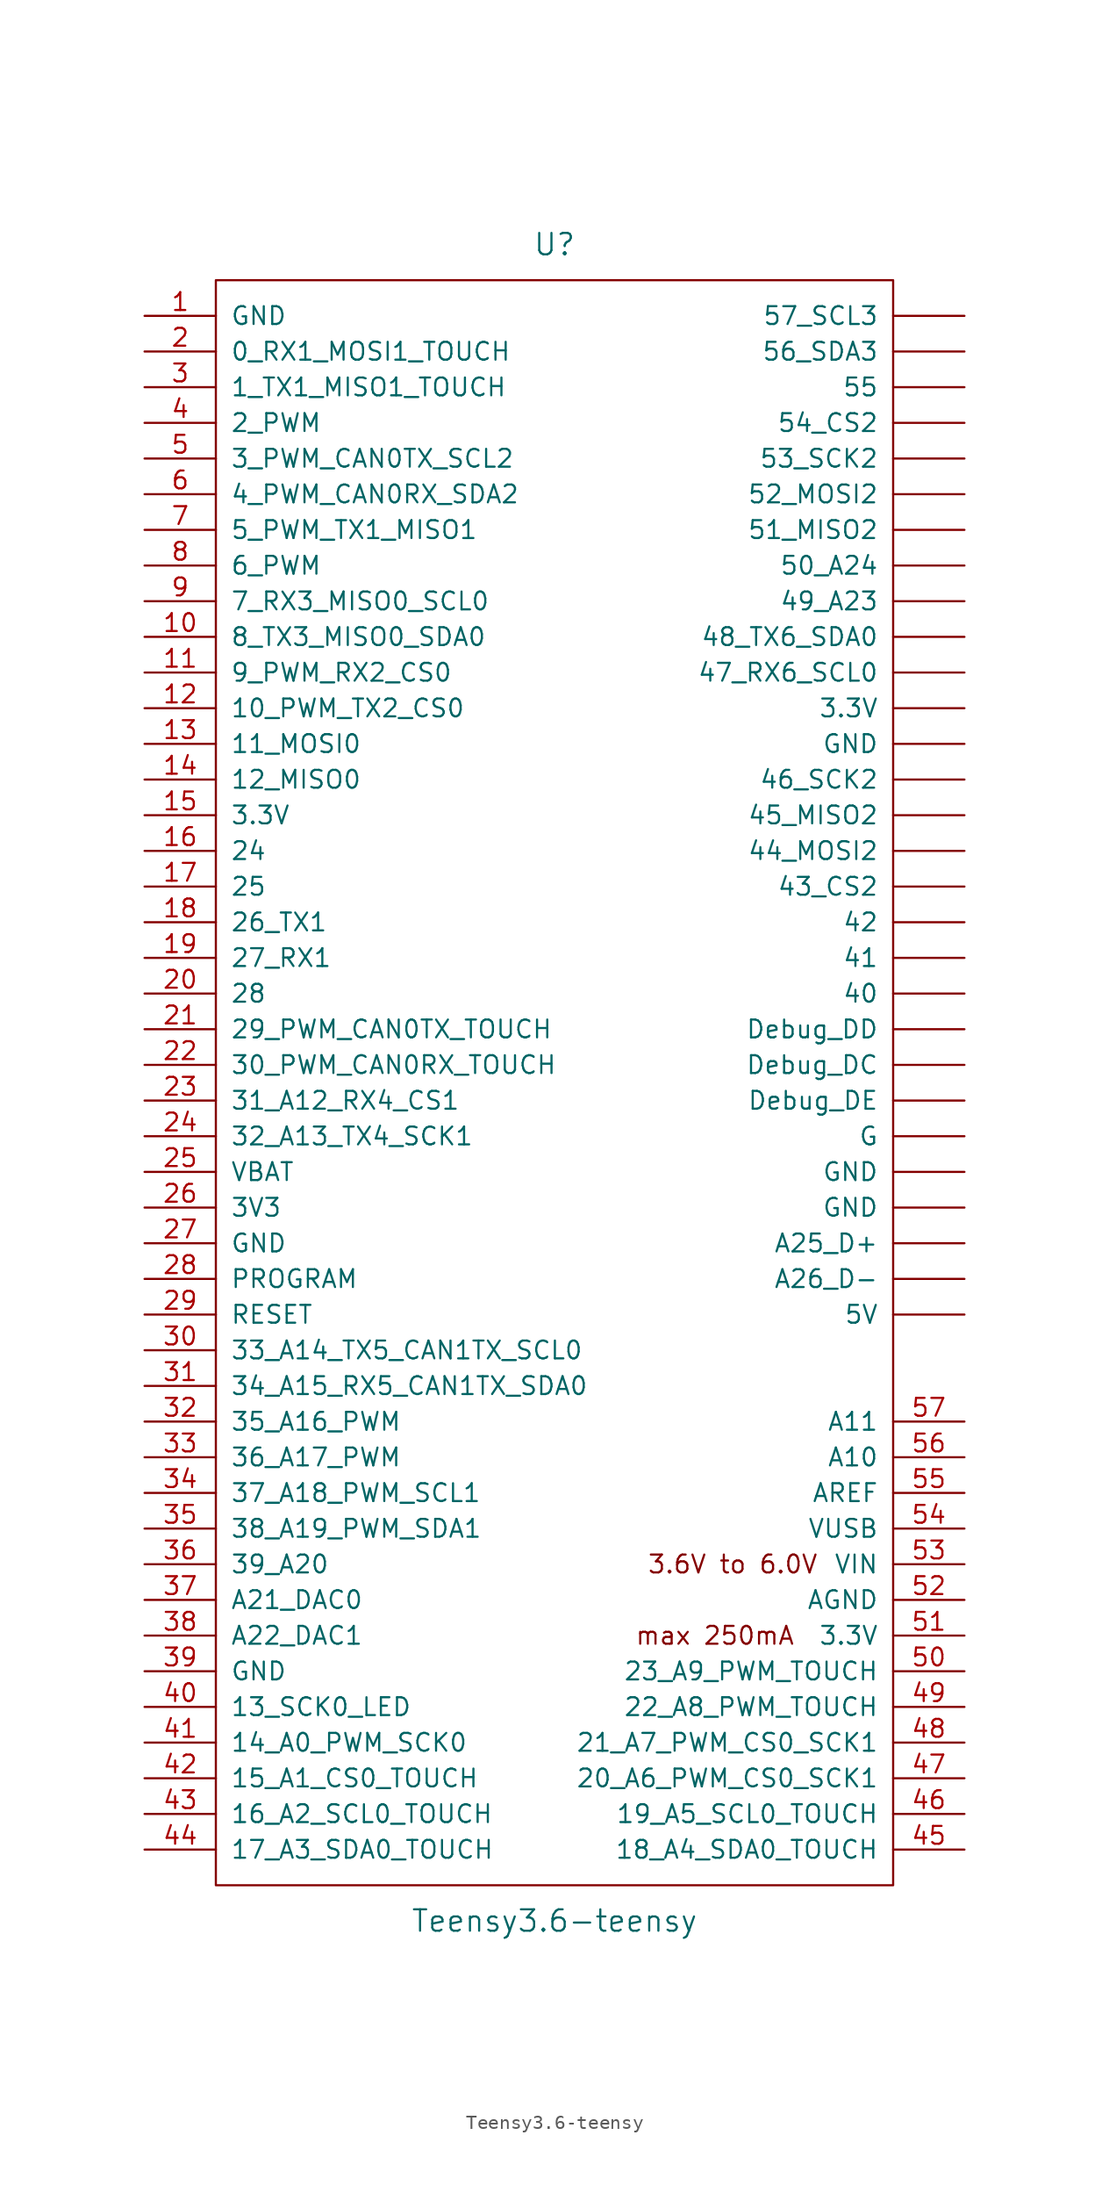
<source format=kicad_sym>
(kicad_symbol_lib
  (version 20211014)
  (generator kicad_symbol_editor)
  (symbol "Teensy3.6-teensy"
    (pin_names
      (offset 1.016))
    (property "Reference" "U"
      (at 0 59.69 0)
      (effects (font (size 1.524 1.524))))
    (property "Value" "Teensy3.6-teensy"
      (at 0 -59.69 0)
      (effects (font (size 1.524 1.524))))
    (property "Footprint" ""
      (at 0 1.27 0)
      (effects (font (size 1.524 1.524))))
    (property "Datasheet" ""
      (at 0 1.27 0)
      (effects (font (size 1.524 1.524))))
    (symbol "Teensy3.6-teensy_0_0"
      (rectangle (start -24.13 57.15) (end 24.13 -57.15) (stroke (width 0) (type default) (color 0 0 0 0)) (fill (type none)))
      (text "3.6V to 6.0V" (at 12.7 -34.29 0) (effects (font (size 1.27 1.27))))
      (text "max 250mA" (at 11.43 -39.37 0) (effects (font (size 1.27 1.27)))))
    (symbol "Teensy3.6-teensy_1_1"
      (pin power_in line (at -29.21 54.61 0) (length 5.08) (name "GND" (effects (font (size 1.27 1.27)))) (number "1" (effects (font (size 1.27 1.27)))))
      (pin bidirectional line (at -29.21 31.75 0) (length 5.08) (name "8_TX3_MISO0_SDA0" (effects (font (size 1.27 1.27)))) (number "10" (effects (font (size 1.27 1.27)))))
      (pin bidirectional line (at -29.21 29.21 0) (length 5.08) (name "9_PWM_RX2_CS0" (effects (font (size 1.27 1.27)))) (number "11" (effects (font (size 1.27 1.27)))))
      (pin bidirectional line (at -29.21 26.67 0) (length 5.08) (name "10_PWM_TX2_CS0" (effects (font (size 1.27 1.27)))) (number "12" (effects (font (size 1.27 1.27)))))
      (pin bidirectional line (at -29.21 24.13 0) (length 5.08) (name "11_MOSI0" (effects (font (size 1.27 1.27)))) (number "13" (effects (font (size 1.27 1.27)))))
      (pin bidirectional line (at -29.21 21.59 0) (length 5.08) (name "12_MISO0" (effects (font (size 1.27 1.27)))) (number "14" (effects (font (size 1.27 1.27)))))
      (pin power_in line (at -29.21 19.05 0) (length 5.08) (name "3.3V" (effects (font (size 1.27 1.27)))) (number "15" (effects (font (size 1.27 1.27)))))
      (pin bidirectional line (at -29.21 16.51 0) (length 5.08) (name "24" (effects (font (size 1.27 1.27)))) (number "16" (effects (font (size 1.27 1.27)))))
      (pin bidirectional line (at -29.21 13.97 0) (length 5.08) (name "25" (effects (font (size 1.27 1.27)))) (number "17" (effects (font (size 1.27 1.27)))))
      (pin bidirectional line (at -29.21 11.43 0) (length 5.08) (name "26_TX1" (effects (font (size 1.27 1.27)))) (number "18" (effects (font (size 1.27 1.27)))))
      (pin bidirectional line (at -29.21 8.89 0) (length 5.08) (name "27_RX1" (effects (font (size 1.27 1.27)))) (number "19" (effects (font (size 1.27 1.27)))))
      (pin bidirectional line (at -29.21 52.07 0) (length 5.08) (name "0_RX1_MOSI1_TOUCH" (effects (font (size 1.27 1.27)))) (number "2" (effects (font (size 1.27 1.27)))))
      (pin bidirectional line (at -29.21 6.35 0) (length 5.08) (name "28" (effects (font (size 1.27 1.27)))) (number "20" (effects (font (size 1.27 1.27)))))
      (pin bidirectional line (at -29.21 3.81 0) (length 5.08) (name "29_PWM_CAN0TX_TOUCH" (effects (font (size 1.27 1.27)))) (number "21" (effects (font (size 1.27 1.27)))))
      (pin bidirectional line (at -29.21 1.27 0) (length 5.08) (name "30_PWM_CAN0RX_TOUCH" (effects (font (size 1.27 1.27)))) (number "22" (effects (font (size 1.27 1.27)))))
      (pin bidirectional line (at -29.21 -1.27 0) (length 5.08) (name "31_A12_RX4_CS1" (effects (font (size 1.27 1.27)))) (number "23" (effects (font (size 1.27 1.27)))))
      (pin bidirectional line (at -29.21 -3.81 0) (length 5.08) (name "32_A13_TX4_SCK1" (effects (font (size 1.27 1.27)))) (number "24" (effects (font (size 1.27 1.27)))))
      (pin power_in line (at -29.21 -6.35 0) (length 5.08) (name "VBAT" (effects (font (size 1.27 1.27)))) (number "25" (effects (font (size 1.27 1.27)))))
      (pin power_in line (at -29.21 -8.89 0) (length 5.08) (name "3V3" (effects (font (size 1.27 1.27)))) (number "26" (effects (font (size 1.27 1.27)))))
      (pin power_in line (at -29.21 -11.43 0) (length 5.08) (name "GND" (effects (font (size 1.27 1.27)))) (number "27" (effects (font (size 1.27 1.27)))))
      (pin input line (at -29.21 -13.97 0) (length 5.08) (name "PROGRAM" (effects (font (size 1.27 1.27)))) (number "28" (effects (font (size 1.27 1.27)))))
      (pin input line (at -29.21 -16.51 0) (length 5.08) (name "RESET" (effects (font (size 1.27 1.27)))) (number "29" (effects (font (size 1.27 1.27)))))
      (pin bidirectional line (at -29.21 49.53 0) (length 5.08) (name "1_TX1_MISO1_TOUCH" (effects (font (size 1.27 1.27)))) (number "3" (effects (font (size 1.27 1.27)))))
      (pin bidirectional line (at -29.21 -19.05 0) (length 5.08) (name "33_A14_TX5_CAN1TX_SCL0" (effects (font (size 1.27 1.27)))) (number "30" (effects (font (size 1.27 1.27)))))
      (pin bidirectional line (at -29.21 -21.59 0) (length 5.08) (name "34_A15_RX5_CAN1TX_SDA0" (effects (font (size 1.27 1.27)))) (number "31" (effects (font (size 1.27 1.27)))))
      (pin bidirectional line (at -29.21 -24.13 0) (length 5.08) (name "35_A16_PWM" (effects (font (size 1.27 1.27)))) (number "32" (effects (font (size 1.27 1.27)))))
      (pin bidirectional line (at -29.21 -26.67 0) (length 5.08) (name "36_A17_PWM" (effects (font (size 1.27 1.27)))) (number "33" (effects (font (size 1.27 1.27)))))
      (pin bidirectional line (at -29.21 -29.21 0) (length 5.08) (name "37_A18_PWM_SCL1" (effects (font (size 1.27 1.27)))) (number "34" (effects (font (size 1.27 1.27)))))
      (pin bidirectional line (at -29.21 -31.75 0) (length 5.08) (name "38_A19_PWM_SDA1" (effects (font (size 1.27 1.27)))) (number "35" (effects (font (size 1.27 1.27)))))
      (pin bidirectional line (at -29.21 -34.29 0) (length 5.08) (name "39_A20" (effects (font (size 1.27 1.27)))) (number "36" (effects (font (size 1.27 1.27)))))
      (pin bidirectional line (at -29.21 -36.83 0) (length 5.08) (name "A21_DAC0" (effects (font (size 1.27 1.27)))) (number "37" (effects (font (size 1.27 1.27)))))
      (pin bidirectional line (at -29.21 -39.37 0) (length 5.08) (name "A22_DAC1" (effects (font (size 1.27 1.27)))) (number "38" (effects (font (size 1.27 1.27)))))
      (pin power_in line (at -29.21 -41.91 0) (length 5.08) (name "GND" (effects (font (size 1.27 1.27)))) (number "39" (effects (font (size 1.27 1.27)))))
      (pin bidirectional line (at -29.21 46.99 0) (length 5.08) (name "2_PWM" (effects (font (size 1.27 1.27)))) (number "4" (effects (font (size 1.27 1.27)))))
      (pin bidirectional line (at -29.21 -44.45 0) (length 5.08) (name "13_SCK0_LED" (effects (font (size 1.27 1.27)))) (number "40" (effects (font (size 1.27 1.27)))))
      (pin bidirectional line (at -29.21 -46.99 0) (length 5.08) (name "14_A0_PWM_SCK0" (effects (font (size 1.27 1.27)))) (number "41" (effects (font (size 1.27 1.27)))))
      (pin bidirectional line (at -29.21 -49.53 0) (length 5.08) (name "15_A1_CS0_TOUCH" (effects (font (size 1.27 1.27)))) (number "42" (effects (font (size 1.27 1.27)))))
      (pin bidirectional line (at -29.21 -52.07 0) (length 5.08) (name "16_A2_SCL0_TOUCH" (effects (font (size 1.27 1.27)))) (number "43" (effects (font (size 1.27 1.27)))))
      (pin bidirectional line (at -29.21 -54.61 0) (length 5.08) (name "17_A3_SDA0_TOUCH" (effects (font (size 1.27 1.27)))) (number "44" (effects (font (size 1.27 1.27)))))
      (pin bidirectional line (at 29.21 -54.61 180) (length 5.08) (name "18_A4_SDA0_TOUCH" (effects (font (size 1.27 1.27)))) (number "45" (effects (font (size 1.27 1.27)))))
      (pin bidirectional line (at 29.21 -52.07 180) (length 5.08) (name "19_A5_SCL0_TOUCH" (effects (font (size 1.27 1.27)))) (number "46" (effects (font (size 1.27 1.27)))))
      (pin bidirectional line (at 29.21 -49.53 180) (length 5.08) (name "20_A6_PWM_CS0_SCK1" (effects (font (size 1.27 1.27)))) (number "47" (effects (font (size 1.27 1.27)))))
      (pin bidirectional line (at 29.21 -46.99 180) (length 5.08) (name "21_A7_PWM_CS0_SCK1" (effects (font (size 1.27 1.27)))) (number "48" (effects (font (size 1.27 1.27)))))
      (pin bidirectional line (at 29.21 -44.45 180) (length 5.08) (name "22_A8_PWM_TOUCH" (effects (font (size 1.27 1.27)))) (number "49" (effects (font (size 1.27 1.27)))))
      (pin bidirectional line (at -29.21 44.45 0) (length 5.08) (name "3_PWM_CAN0TX_SCL2" (effects (font (size 1.27 1.27)))) (number "5" (effects (font (size 1.27 1.27)))))
      (pin bidirectional line (at 29.21 -41.91 180) (length 5.08) (name "23_A9_PWM_TOUCH" (effects (font (size 1.27 1.27)))) (number "50" (effects (font (size 1.27 1.27)))))
      (pin power_out line (at 29.21 -39.37 180) (length 5.08) (name "3.3V" (effects (font (size 1.27 1.27)))) (number "51" (effects (font (size 1.27 1.27)))))
      (pin power_out line (at 29.21 -36.83 180) (length 5.08) (name "AGND" (effects (font (size 1.27 1.27)))) (number "52" (effects (font (size 1.27 1.27)))))
      (pin power_in line (at 29.21 -34.29 180) (length 5.08) (name "VIN" (effects (font (size 1.27 1.27)))) (number "53" (effects (font (size 1.27 1.27)))))
      (pin power_in line (at 29.21 -31.75 180) (length 5.08) (name "VUSB" (effects (font (size 1.27 1.27)))) (number "54" (effects (font (size 1.27 1.27)))))
      (pin input line (at 29.21 -29.21 180) (length 5.08) (name "AREF" (effects (font (size 1.27 1.27)))) (number "55" (effects (font (size 1.27 1.27)))))
      (pin bidirectional line (at 29.21 -26.67 180) (length 5.08) (name "A10" (effects (font (size 1.27 1.27)))) (number "56" (effects (font (size 1.27 1.27)))))
      (pin bidirectional line (at 29.21 -24.13 180) (length 5.08) (name "A11" (effects (font (size 1.27 1.27)))) (number "57" (effects (font (size 1.27 1.27)))))
      (pin bidirectional line (at -29.21 41.91 0) (length 5.08) (name "4_PWM_CAN0RX_SDA2" (effects (font (size 1.27 1.27)))) (number "6" (effects (font (size 1.27 1.27)))))
      (pin bidirectional line (at -29.21 39.37 0) (length 5.08) (name "5_PWM_TX1_MISO1" (effects (font (size 1.27 1.27)))) (number "7" (effects (font (size 1.27 1.27)))))
      (pin bidirectional line (at -29.21 36.83 0) (length 5.08) (name "6_PWM" (effects (font (size 1.27 1.27)))) (number "8" (effects (font (size 1.27 1.27)))))
      (pin bidirectional line (at -29.21 34.29 0) (length 5.08) (name "7_RX3_MISO0_SCL0" (effects (font (size 1.27 1.27)))) (number "9" (effects (font (size 1.27 1.27)))))
      (pin power_in line (at 29.21 26.67 180) (length 5.08) (name "3.3V" (effects (font (size 1.27 1.27)))) (number "~" (effects (font (size 1.27 1.27)))))
      (pin bidirectional line (at 29.21 6.35 180) (length 5.08) (name "40" (effects (font (size 1.27 1.27)))) (number "~" (effects (font (size 1.27 1.27)))))
      (pin bidirectional line (at 29.21 8.89 180) (length 5.08) (name "41" (effects (font (size 1.27 1.27)))) (number "~" (effects (font (size 1.27 1.27)))))
      (pin bidirectional line (at 29.21 11.43 180) (length 5.08) (name "42" (effects (font (size 1.27 1.27)))) (number "~" (effects (font (size 1.27 1.27)))))
      (pin bidirectional line (at 29.21 13.97 180) (length 5.08) (name "43_CS2" (effects (font (size 1.27 1.27)))) (number "~" (effects (font (size 1.27 1.27)))))
      (pin bidirectional line (at 29.21 16.51 180) (length 5.08) (name "44_MOSI2" (effects (font (size 1.27 1.27)))) (number "~" (effects (font (size 1.27 1.27)))))
      (pin bidirectional line (at 29.21 19.05 180) (length 5.08) (name "45_MISO2" (effects (font (size 1.27 1.27)))) (number "~" (effects (font (size 1.27 1.27)))))
      (pin bidirectional line (at 29.21 21.59 180) (length 5.08) (name "46_SCK2" (effects (font (size 1.27 1.27)))) (number "~" (effects (font (size 1.27 1.27)))))
      (pin bidirectional line (at 29.21 29.21 180) (length 5.08) (name "47_RX6_SCL0" (effects (font (size 1.27 1.27)))) (number "~" (effects (font (size 1.27 1.27)))))
      (pin bidirectional line (at 29.21 31.75 180) (length 5.08) (name "48_TX6_SDA0" (effects (font (size 1.27 1.27)))) (number "~" (effects (font (size 1.27 1.27)))))
      (pin bidirectional line (at 29.21 34.29 180) (length 5.08) (name "49_A23" (effects (font (size 1.27 1.27)))) (number "~" (effects (font (size 1.27 1.27)))))
      (pin bidirectional line (at 29.21 36.83 180) (length 5.08) (name "50_A24" (effects (font (size 1.27 1.27)))) (number "~" (effects (font (size 1.27 1.27)))))
      (pin bidirectional line (at 29.21 39.37 180) (length 5.08) (name "51_MISO2" (effects (font (size 1.27 1.27)))) (number "~" (effects (font (size 1.27 1.27)))))
      (pin bidirectional line (at 29.21 41.91 180) (length 5.08) (name "52_MOSI2" (effects (font (size 1.27 1.27)))) (number "~" (effects (font (size 1.27 1.27)))))
      (pin bidirectional line (at 29.21 44.45 180) (length 5.08) (name "53_SCK2" (effects (font (size 1.27 1.27)))) (number "~" (effects (font (size 1.27 1.27)))))
      (pin bidirectional line (at 29.21 46.99 180) (length 5.08) (name "54_CS2" (effects (font (size 1.27 1.27)))) (number "~" (effects (font (size 1.27 1.27)))))
      (pin bidirectional line (at 29.21 49.53 180) (length 5.08) (name "55" (effects (font (size 1.27 1.27)))) (number "~" (effects (font (size 1.27 1.27)))))
      (pin bidirectional line (at 29.21 52.07 180) (length 5.08) (name "56_SDA3" (effects (font (size 1.27 1.27)))) (number "~" (effects (font (size 1.27 1.27)))))
      (pin bidirectional line (at 29.21 54.61 180) (length 5.08) (name "57_SCL3" (effects (font (size 1.27 1.27)))) (number "~" (effects (font (size 1.27 1.27)))))
      (pin power_in line (at 29.21 -16.51 180) (length 5.08) (name "5V" (effects (font (size 1.27 1.27)))) (number "~" (effects (font (size 1.27 1.27)))))
      (pin bidirectional line (at 29.21 -11.43 180) (length 5.08) (name "A25_D+" (effects (font (size 1.27 1.27)))) (number "~" (effects (font (size 1.27 1.27)))))
      (pin bidirectional line (at 29.21 -13.97 180) (length 5.08) (name "A26_D-" (effects (font (size 1.27 1.27)))) (number "~" (effects (font (size 1.27 1.27)))))
      (pin input line (at 29.21 1.27 180) (length 5.08) (name "Debug_DC" (effects (font (size 1.27 1.27)))) (number "~" (effects (font (size 1.27 1.27)))))
      (pin input line (at 29.21 3.81 180) (length 5.08) (name "Debug_DD" (effects (font (size 1.27 1.27)))) (number "~" (effects (font (size 1.27 1.27)))))
      (pin input line (at 29.21 -1.27 180) (length 5.08) (name "Debug_DE" (effects (font (size 1.27 1.27)))) (number "~" (effects (font (size 1.27 1.27)))))
      (pin power_in line (at 29.21 -3.81 180) (length 5.08) (name "G" (effects (font (size 1.27 1.27)))) (number "~" (effects (font (size 1.27 1.27)))))
      (pin power_in line (at 29.21 -8.89 180) (length 5.08) (name "GND" (effects (font (size 1.27 1.27)))) (number "~" (effects (font (size 1.27 1.27)))))
      (pin power_in line (at 29.21 -6.35 180) (length 5.08) (name "GND" (effects (font (size 1.27 1.27)))) (number "~" (effects (font (size 1.27 1.27)))))
      (pin power_in line (at 29.21 24.13 180) (length 5.08) (name "GND" (effects (font (size 1.27 1.27)))) (number "~" (effects (font (size 1.27 1.27))))))))
</source>
